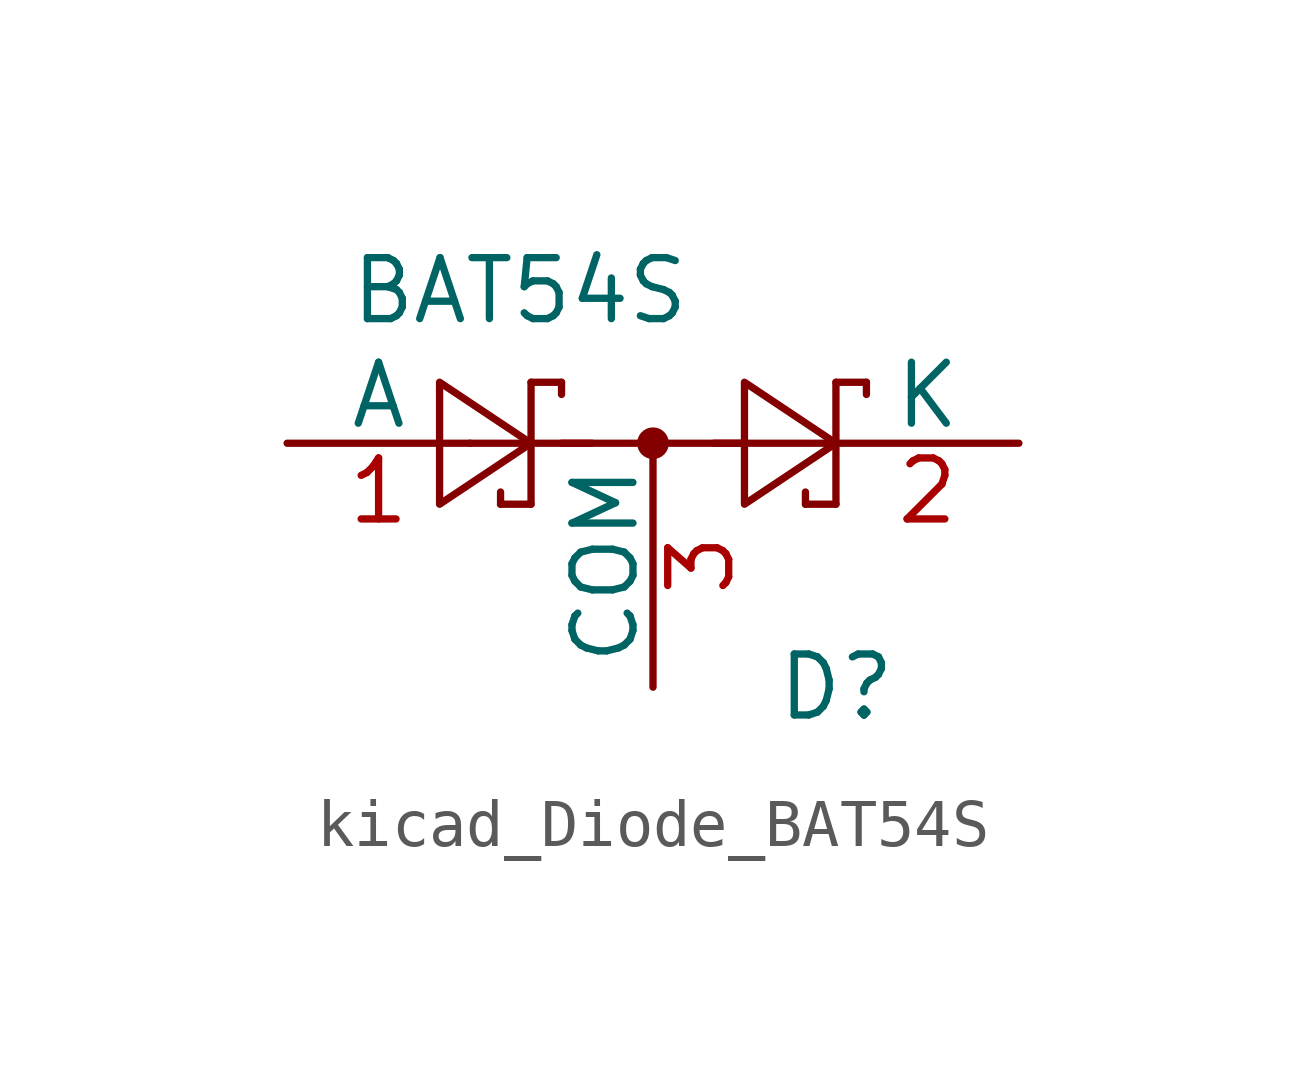
<source format=kicad_sym>
(kicad_symbol_lib
  (version 20220914)
  (generator kicad_symbol_editor)
  (symbol "kicad_Diode_BAT54S"
    (pin_names
      (offset 0))
    (property "Reference" "D"
      (at 2.54 -5.08 0)
      (effects (font (size 1.27 1.27)) (justify left)))
    (property "Value" "BAT54S"
      (at -6.35 3.175 0)
      (effects (font (size 1.27 1.27)) (justify left)))
    (symbol "kicad_Diode_BAT54S_0_1"
      (polyline (pts (xy -3.81 0) (xy -1.27 0)) (stroke (width 0) (type default)) (fill (type none)))
      (polyline (pts (xy -3.175 -1.27) (xy -3.175 -1.016)) (stroke (width 0) (type default)) (fill (type none)))
      (polyline (pts (xy -2.54 -1.27) (xy -3.175 -1.27)) (stroke (width 0) (type default)) (fill (type none)))
      (polyline (pts (xy -2.54 -1.27) (xy -2.54 1.27)) (stroke (width 0) (type default)) (fill (type none)))
      (polyline (pts (xy -2.54 1.27) (xy -1.905 1.27)) (stroke (width 0) (type default)) (fill (type none)))
      (polyline (pts (xy -1.905 0) (xy 1.905 0)) (stroke (width 0) (type default)) (fill (type none)))
      (polyline (pts (xy -1.905 1.27) (xy -1.905 1.016)) (stroke (width 0) (type default)) (fill (type none)))
      (polyline (pts (xy 1.27 0) (xy 3.81 0)) (stroke (width 0) (type default)) (fill (type none)))
      (polyline (pts (xy 3.175 -1.27) (xy 3.175 -1.016)) (stroke (width 0) (type default)) (fill (type none)))
      (polyline (pts (xy 3.81 -1.27) (xy 3.175 -1.27)) (stroke (width 0) (type default)) (fill (type none)))
      (polyline (pts (xy 3.81 -1.27) (xy 3.81 1.27)) (stroke (width 0) (type default)) (fill (type none)))
      (polyline (pts (xy 3.81 1.27) (xy 4.445 1.27)) (stroke (width 0) (type default)) (fill (type none)))
      (polyline (pts (xy 4.445 1.27) (xy 4.445 1.016)) (stroke (width 0) (type default)) (fill (type none)))
      (polyline (pts (xy -4.445 1.27) (xy -4.445 -1.27) (xy -2.54 0) (xy -4.445 1.27)) (stroke (width 0) (type default)) (fill (type none)))
      (polyline (pts (xy 1.905 1.27) (xy 1.905 -1.27) (xy 3.81 0) (xy 1.905 1.27)) (stroke (width 0) (type default)) (fill (type none)))
      (circle (center 0 0) (radius 0.254) (stroke (width 0) (type default)) (fill (type outline))))
    (symbol "kicad_Diode_BAT54S_1_1"
      (pin passive line (at -7.62 0 0) (length 3.81) (name "A" (effects (font (size 1.27 1.27)))) (number "1" (effects (font (size 1.27 1.27)))))
      (pin passive line (at 7.62 0 180) (length 3.81) (name "K" (effects (font (size 1.27 1.27)))) (number "2" (effects (font (size 1.27 1.27)))))
      (pin passive line (at 0 -5.08 90) (length 5.08) (name "COM" (effects (font (size 1.27 1.27)))) (number "3" (effects (font (size 1.27 1.27))))))))
</source>
